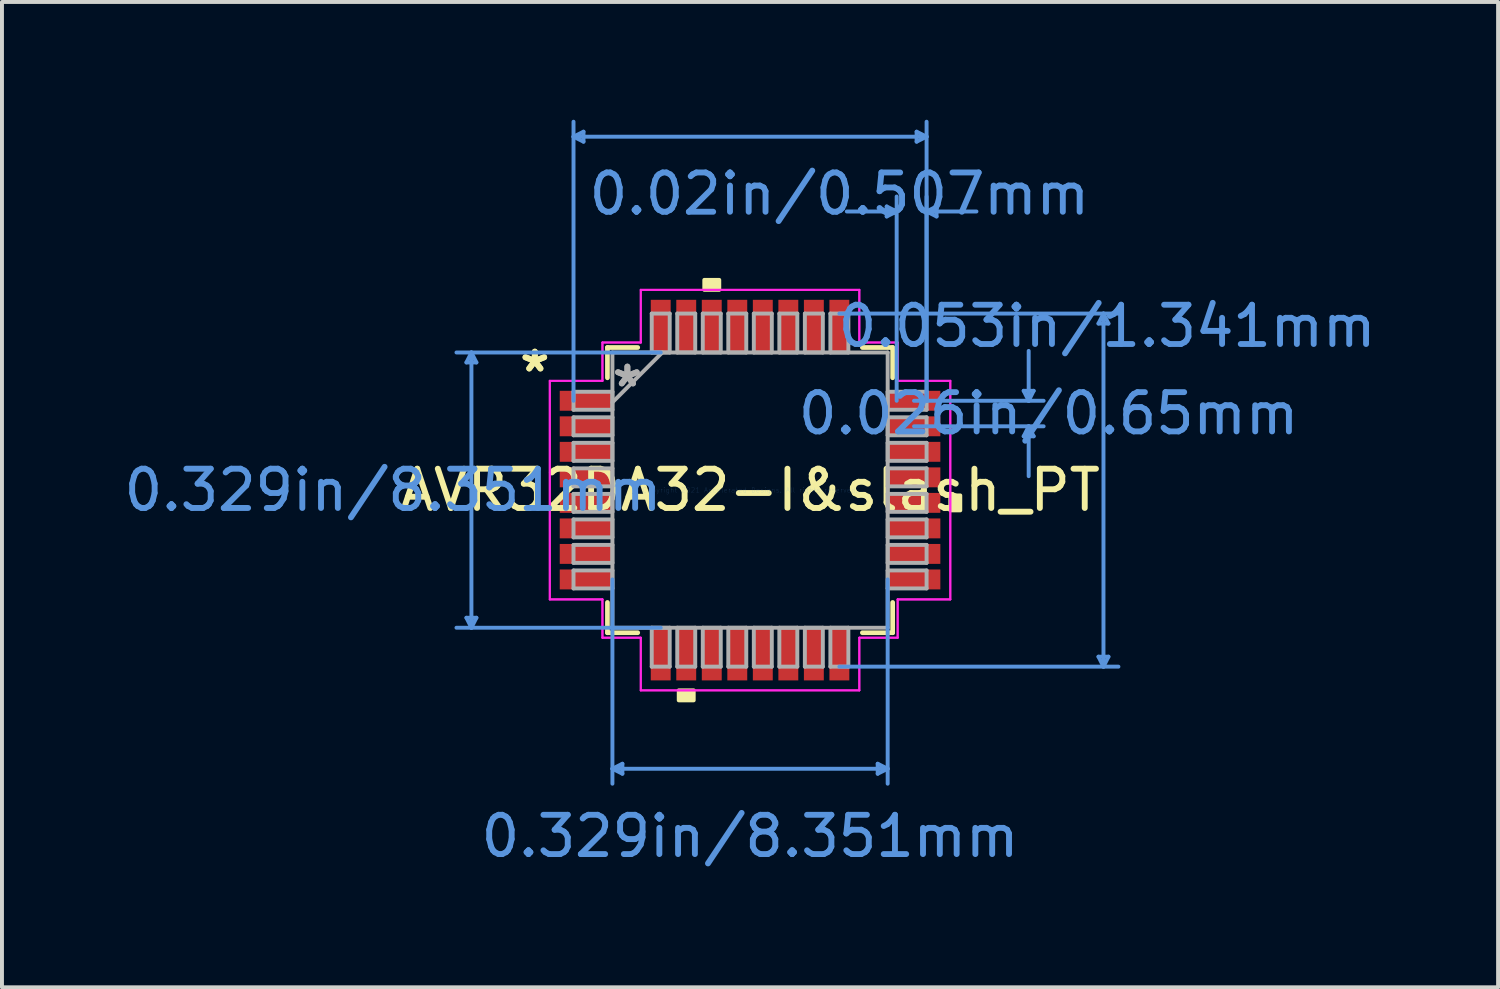
<source format=kicad_pcb>
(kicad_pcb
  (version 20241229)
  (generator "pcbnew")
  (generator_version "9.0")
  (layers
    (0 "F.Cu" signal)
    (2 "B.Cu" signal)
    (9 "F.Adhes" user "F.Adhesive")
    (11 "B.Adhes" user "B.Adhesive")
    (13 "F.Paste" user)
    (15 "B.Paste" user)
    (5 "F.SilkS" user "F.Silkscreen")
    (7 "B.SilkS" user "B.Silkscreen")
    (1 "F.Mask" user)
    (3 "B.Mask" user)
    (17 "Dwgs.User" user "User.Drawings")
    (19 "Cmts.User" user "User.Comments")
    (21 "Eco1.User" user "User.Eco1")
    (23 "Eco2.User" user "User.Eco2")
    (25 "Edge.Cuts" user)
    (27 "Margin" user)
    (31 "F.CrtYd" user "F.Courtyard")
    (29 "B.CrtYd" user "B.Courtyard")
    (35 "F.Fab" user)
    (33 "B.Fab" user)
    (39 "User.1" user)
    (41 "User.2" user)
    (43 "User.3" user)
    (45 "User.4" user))
  (footprint "AVR32DA32-I&slash_PT"
    (layer "F.Cu")
    (at 16.052 9.432)
    (property "Reference" "AVR32DA32-I&slash_PT" (at 0 0 0) (layer "F.SilkS") (effects (font (size 1 1) (thickness 0.15))))
    (attr through_hole)
    (fp_line (start -3.632 -3.632) (end -3.632 -2.861) (stroke (width 0.12) (type solid)) (layer "F.SilkS"))
    (fp_line (start -3.632 2.861) (end -3.632 3.632) (stroke (width 0.12) (type solid)) (layer "F.SilkS"))
    (fp_line (start -3.632 3.632) (end -2.861 3.632) (stroke (width 0.12) (type solid)) (layer "F.SilkS"))
    (fp_line (start -2.861 -3.632) (end -3.632 -3.632) (stroke (width 0.12) (type solid)) (layer "F.SilkS"))
    (fp_line (start 2.861 3.632) (end 3.632 3.632) (stroke (width 0.12) (type solid)) (layer "F.SilkS"))
    (fp_line (start 3.632 -3.632) (end 2.861 -3.632) (stroke (width 0.12) (type solid)) (layer "F.SilkS"))
    (fp_line (start 3.632 -2.861) (end 3.632 -3.632) (stroke (width 0.12) (type solid)) (layer "F.SilkS"))
    (fp_line (start 3.632 3.632) (end 3.632 2.861) (stroke (width 0.12) (type solid)) (layer "F.SilkS"))
    (fp_poly (pts (xy -1.816 5.1) (xy -1.816 5.354) (xy -1.435 5.354) (xy -1.435 5.1)) (stroke (width 0.1) (type solid)) (fill yes) (layer "F.SilkS"))
    (fp_poly (pts (xy -1.165 -5.1) (xy -1.165 -5.354) (xy -0.784 -5.354) (xy -0.784 -5.1)) (stroke (width 0.1) (type solid)) (fill yes) (layer "F.SilkS"))
    (fp_poly (pts (xy 5.354 0.135) (xy 5.354 0.516) (xy 5.1 0.516) (xy 5.1 0.135)) (stroke (width 0.1) (type solid)) (fill yes) (layer "F.SilkS"))
    (fp_line (start -7.223 -3.251) (end -6.969 -3.251) (stroke (width 0.1) (type solid)) (layer "Cmts.User"))
    (fp_line (start -7.223 3.251) (end -6.969 3.251) (stroke (width 0.1) (type solid)) (layer "Cmts.User"))
    (fp_line (start -7.096 -3.505) (end -7.223 -3.251) (stroke (width 0.1) (type solid)) (layer "Cmts.User"))
    (fp_line (start -7.096 -3.505) (end -7.096 3.505) (stroke (width 0.1) (type solid)) (layer "Cmts.User"))
    (fp_line (start -7.096 -3.505) (end -6.969 -3.251) (stroke (width 0.1) (type solid)) (layer "Cmts.User"))
    (fp_line (start -7.096 3.505) (end -7.223 3.251) (stroke (width 0.1) (type solid)) (layer "Cmts.User"))
    (fp_line (start -7.096 3.505) (end -6.969 3.251) (stroke (width 0.1) (type solid)) (layer "Cmts.User"))
    (fp_line (start -4.496 -9.001) (end -4.242 -9.128) (stroke (width 0.1) (type solid)) (layer "Cmts.User"))
    (fp_line (start -4.496 -9.001) (end -4.242 -8.874) (stroke (width 0.1) (type solid)) (layer "Cmts.User"))
    (fp_line (start -4.496 -9.001) (end 4.496 -9.001) (stroke (width 0.1) (type solid)) (layer "Cmts.User"))
    (fp_line (start -4.496 -2.275) (end -4.496 -9.382) (stroke (width 0.1) (type solid)) (layer "Cmts.User"))
    (fp_line (start -4.242 -9.128) (end -4.242 -8.874) (stroke (width 0.1) (type solid)) (layer "Cmts.User"))
    (fp_line (start -3.505 2.275) (end -3.505 7.477) (stroke (width 0.1) (type solid)) (layer "Cmts.User"))
    (fp_line (start -3.505 7.096) (end -3.251 6.969) (stroke (width 0.1) (type solid)) (layer "Cmts.User"))
    (fp_line (start -3.505 7.096) (end -3.251 7.223) (stroke (width 0.1) (type solid)) (layer "Cmts.User"))
    (fp_line (start -3.505 7.096) (end 3.505 7.096) (stroke (width 0.1) (type solid)) (layer "Cmts.User"))
    (fp_line (start -3.251 6.969) (end -3.251 7.223) (stroke (width 0.1) (type solid)) (layer "Cmts.User"))
    (fp_line (start -2.275 -3.505) (end -7.477 -3.505) (stroke (width 0.1) (type solid)) (layer "Cmts.User"))
    (fp_line (start -2.275 3.505) (end -7.477 3.505) (stroke (width 0.1) (type solid)) (layer "Cmts.User"))
    (fp_line (start 2.275 -4.496) (end 9.382 -4.496) (stroke (width 0.1) (type solid)) (layer "Cmts.User"))
    (fp_line (start 2.275 4.496) (end 9.382 4.496) (stroke (width 0.1) (type solid)) (layer "Cmts.User"))
    (fp_line (start 3.251 6.969) (end 3.251 7.223) (stroke (width 0.1) (type solid)) (layer "Cmts.User"))
    (fp_line (start 3.48 -7.223) (end 3.48 -6.969) (stroke (width 0.1) (type solid)) (layer "Cmts.User"))
    (fp_line (start 3.505 2.275) (end 3.505 7.477) (stroke (width 0.1) (type solid)) (layer "Cmts.User"))
    (fp_line (start 3.505 7.096) (end 3.251 6.969) (stroke (width 0.1) (type solid)) (layer "Cmts.User"))
    (fp_line (start 3.505 7.096) (end 3.251 7.223) (stroke (width 0.1) (type solid)) (layer "Cmts.User"))
    (fp_line (start 3.734 -7.096) (end 2.464 -7.096) (stroke (width 0.1) (type solid)) (layer "Cmts.User"))
    (fp_line (start 3.734 -7.096) (end 3.48 -7.223) (stroke (width 0.1) (type solid)) (layer "Cmts.User"))
    (fp_line (start 3.734 -7.096) (end 3.48 -6.969) (stroke (width 0.1) (type solid)) (layer "Cmts.User"))
    (fp_line (start 3.734 -2.275) (end 3.734 -7.477) (stroke (width 0.1) (type solid)) (layer "Cmts.User"))
    (fp_line (start 4.176 -2.275) (end 7.477 -2.275) (stroke (width 0.1) (type solid)) (layer "Cmts.User"))
    (fp_line (start 4.176 -1.625) (end 7.477 -1.625) (stroke (width 0.1) (type solid)) (layer "Cmts.User"))
    (fp_line (start 4.242 -9.128) (end 4.242 -8.874) (stroke (width 0.1) (type solid)) (layer "Cmts.User"))
    (fp_line (start 4.496 -9.001) (end 4.242 -9.128) (stroke (width 0.1) (type solid)) (layer "Cmts.User"))
    (fp_line (start 4.496 -9.001) (end 4.242 -8.874) (stroke (width 0.1) (type solid)) (layer "Cmts.User"))
    (fp_line (start 4.496 -7.096) (end 4.75 -7.223) (stroke (width 0.1) (type solid)) (layer "Cmts.User"))
    (fp_line (start 4.496 -7.096) (end 4.75 -6.969) (stroke (width 0.1) (type solid)) (layer "Cmts.User"))
    (fp_line (start 4.496 -7.096) (end 5.766 -7.096) (stroke (width 0.1) (type solid)) (layer "Cmts.User"))
    (fp_line (start 4.496 -2.275) (end 4.496 -9.382) (stroke (width 0.1) (type solid)) (layer "Cmts.User"))
    (fp_line (start 4.496 -2.275) (end 4.496 -7.477) (stroke (width 0.1) (type solid)) (layer "Cmts.User"))
    (fp_line (start 4.75 -7.223) (end 4.75 -6.969) (stroke (width 0.1) (type solid)) (layer "Cmts.User"))
    (fp_line (start 6.969 -2.529) (end 7.223 -2.529) (stroke (width 0.1) (type solid)) (layer "Cmts.User"))
    (fp_line (start 6.969 -1.371) (end 7.223 -1.371) (stroke (width 0.1) (type solid)) (layer "Cmts.User"))
    (fp_line (start 7.096 -2.275) (end 6.969 -2.529) (stroke (width 0.1) (type solid)) (layer "Cmts.User"))
    (fp_line (start 7.096 -2.275) (end 7.096 -3.545) (stroke (width 0.1) (type solid)) (layer "Cmts.User"))
    (fp_line (start 7.096 -2.275) (end 7.223 -2.529) (stroke (width 0.1) (type solid)) (layer "Cmts.User"))
    (fp_line (start 7.096 -1.625) (end 6.969 -1.371) (stroke (width 0.1) (type solid)) (layer "Cmts.User"))
    (fp_line (start 7.096 -1.625) (end 7.096 -0.355) (stroke (width 0.1) (type solid)) (layer "Cmts.User"))
    (fp_line (start 7.096 -1.625) (end 7.223 -1.371) (stroke (width 0.1) (type solid)) (layer "Cmts.User"))
    (fp_line (start 8.874 -4.242) (end 9.128 -4.242) (stroke (width 0.1) (type solid)) (layer "Cmts.User"))
    (fp_line (start 8.874 4.242) (end 9.128 4.242) (stroke (width 0.1) (type solid)) (layer "Cmts.User"))
    (fp_line (start 9.001 -4.496) (end 8.874 -4.242) (stroke (width 0.1) (type solid)) (layer "Cmts.User"))
    (fp_line (start 9.001 -4.496) (end 9.001 4.496) (stroke (width 0.1) (type solid)) (layer "Cmts.User"))
    (fp_line (start 9.001 -4.496) (end 9.128 -4.242) (stroke (width 0.1) (type solid)) (layer "Cmts.User"))
    (fp_line (start 9.001 4.496) (end 8.874 4.242) (stroke (width 0.1) (type solid)) (layer "Cmts.User"))
    (fp_line (start 9.001 4.496) (end 9.128 4.242) (stroke (width 0.1) (type solid)) (layer "Cmts.User"))
    (fp_line (start -5.1 -2.783) (end -3.759 -2.783) (stroke (width 0.05) (type solid)) (layer "F.CrtYd"))
    (fp_line (start -5.1 -2.783) (end -3.759 -2.783) (stroke (width 0.05) (type solid)) (layer "F.CrtYd"))
    (fp_line (start -5.1 2.783) (end -5.1 -2.783) (stroke (width 0.05) (type solid)) (layer "F.CrtYd"))
    (fp_line (start -5.1 2.783) (end -5.1 -2.783) (stroke (width 0.05) (type solid)) (layer "F.CrtYd"))
    (fp_line (start -3.759 -3.759) (end -2.783 -3.759) (stroke (width 0.05) (type solid)) (layer "F.CrtYd"))
    (fp_line (start -3.759 -3.759) (end -2.783 -3.759) (stroke (width 0.05) (type solid)) (layer "F.CrtYd"))
    (fp_line (start -3.759 -2.783) (end -3.759 -3.759) (stroke (width 0.05) (type solid)) (layer "F.CrtYd"))
    (fp_line (start -3.759 -2.783) (end -3.759 -3.759) (stroke (width 0.05) (type solid)) (layer "F.CrtYd"))
    (fp_line (start -3.759 2.783) (end -5.1 2.783) (stroke (width 0.05) (type solid)) (layer "F.CrtYd"))
    (fp_line (start -3.759 2.783) (end -5.1 2.783) (stroke (width 0.05) (type solid)) (layer "F.CrtYd"))
    (fp_line (start -3.759 3.759) (end -3.759 2.783) (stroke (width 0.05) (type solid)) (layer "F.CrtYd"))
    (fp_line (start -3.759 3.759) (end -3.759 2.783) (stroke (width 0.05) (type solid)) (layer "F.CrtYd"))
    (fp_line (start -3.759 3.759) (end -2.783 3.759) (stroke (width 0.05) (type solid)) (layer "F.CrtYd"))
    (fp_line (start -2.783 -5.1) (end 2.783 -5.1) (stroke (width 0.05) (type solid)) (layer "F.CrtYd"))
    (fp_line (start -2.783 -5.1) (end 2.783 -5.1) (stroke (width 0.05) (type solid)) (layer "F.CrtYd"))
    (fp_line (start -2.783 -3.759) (end -2.783 -5.1) (stroke (width 0.05) (type solid)) (layer "F.CrtYd"))
    (fp_line (start -2.783 -3.759) (end -2.783 -5.1) (stroke (width 0.05) (type solid)) (layer "F.CrtYd"))
    (fp_line (start -2.783 3.759) (end -3.759 3.759) (stroke (width 0.05) (type solid)) (layer "F.CrtYd"))
    (fp_line (start -2.783 3.759) (end -2.783 5.1) (stroke (width 0.05) (type solid)) (layer "F.CrtYd"))
    (fp_line (start -2.783 5.1) (end -2.783 3.759) (stroke (width 0.05) (type solid)) (layer "F.CrtYd"))
    (fp_line (start -2.783 5.1) (end 2.783 5.1) (stroke (width 0.05) (type solid)) (layer "F.CrtYd"))
    (fp_line (start 2.783 -5.1) (end 2.783 -3.759) (stroke (width 0.05) (type solid)) (layer "F.CrtYd"))
    (fp_line (start 2.783 -5.1) (end 2.783 -3.759) (stroke (width 0.05) (type solid)) (layer "F.CrtYd"))
    (fp_line (start 2.783 -3.759) (end 3.759 -3.759) (stroke (width 0.05) (type solid)) (layer "F.CrtYd"))
    (fp_line (start 2.783 -3.759) (end 3.759 -3.759) (stroke (width 0.05) (type solid)) (layer "F.CrtYd"))
    (fp_line (start 2.783 3.759) (end 2.783 5.1) (stroke (width 0.05) (type solid)) (layer "F.CrtYd"))
    (fp_line (start 2.783 3.759) (end 3.759 3.759) (stroke (width 0.05) (type solid)) (layer "F.CrtYd"))
    (fp_line (start 2.783 5.1) (end -2.783 5.1) (stroke (width 0.05) (type solid)) (layer "F.CrtYd"))
    (fp_line (start 2.783 5.1) (end 2.783 3.759) (stroke (width 0.05) (type solid)) (layer "F.CrtYd"))
    (fp_line (start 3.759 -3.759) (end 3.759 -2.783) (stroke (width 0.05) (type solid)) (layer "F.CrtYd"))
    (fp_line (start 3.759 -2.783) (end 3.759 -3.759) (stroke (width 0.05) (type solid)) (layer "F.CrtYd"))
    (fp_line (start 3.759 -2.783) (end 5.1 -2.783) (stroke (width 0.05) (type solid)) (layer "F.CrtYd"))
    (fp_line (start 3.759 2.783) (end 3.759 3.759) (stroke (width 0.05) (type solid)) (layer "F.CrtYd"))
    (fp_line (start 3.759 2.783) (end 5.1 2.783) (stroke (width 0.05) (type solid)) (layer "F.CrtYd"))
    (fp_line (start 3.759 3.759) (end 2.783 3.759) (stroke (width 0.05) (type solid)) (layer "F.CrtYd"))
    (fp_line (start 3.759 3.759) (end 3.759 2.783) (stroke (width 0.05) (type solid)) (layer "F.CrtYd"))
    (fp_line (start 5.1 -2.783) (end 3.759 -2.783) (stroke (width 0.05) (type solid)) (layer "F.CrtYd"))
    (fp_line (start 5.1 -2.783) (end 5.1 2.783) (stroke (width 0.05) (type solid)) (layer "F.CrtYd"))
    (fp_line (start 5.1 2.783) (end 3.759 2.783) (stroke (width 0.05) (type solid)) (layer "F.CrtYd"))
    (fp_line (start 5.1 2.783) (end 5.1 -2.783) (stroke (width 0.05) (type solid)) (layer "F.CrtYd"))
    (fp_line (start -4.496 -2.504) (end -4.496 -2.046) (stroke (width 0.1) (type solid)) (layer "F.Fab"))
    (fp_line (start -4.496 -2.046) (end -3.505 -2.046) (stroke (width 0.1) (type solid)) (layer "F.Fab"))
    (fp_line (start -4.496 -1.854) (end -4.496 -1.396) (stroke (width 0.1) (type solid)) (layer "F.Fab"))
    (fp_line (start -4.496 -1.396) (end -3.505 -1.396) (stroke (width 0.1) (type solid)) (layer "F.Fab"))
    (fp_line (start -4.496 -1.204) (end -4.496 -0.746) (stroke (width 0.1) (type solid)) (layer "F.Fab"))
    (fp_line (start -4.496 -0.746) (end -3.505 -0.746) (stroke (width 0.1) (type solid)) (layer "F.Fab"))
    (fp_line (start -4.496 -0.554) (end -4.496 -0.096) (stroke (width 0.1) (type solid)) (layer "F.Fab"))
    (fp_line (start -4.496 -0.096) (end -3.505 -0.096) (stroke (width 0.1) (type solid)) (layer "F.Fab"))
    (fp_line (start -4.496 0.096) (end -4.496 0.554) (stroke (width 0.1) (type solid)) (layer "F.Fab"))
    (fp_line (start -4.496 0.554) (end -3.505 0.554) (stroke (width 0.1) (type solid)) (layer "F.Fab"))
    (fp_line (start -4.496 0.746) (end -4.496 1.204) (stroke (width 0.1) (type solid)) (layer "F.Fab"))
    (fp_line (start -4.496 1.204) (end -3.505 1.204) (stroke (width 0.1) (type solid)) (layer "F.Fab"))
    (fp_line (start -4.496 1.396) (end -4.496 1.854) (stroke (width 0.1) (type solid)) (layer "F.Fab"))
    (fp_line (start -4.496 1.854) (end -3.505 1.854) (stroke (width 0.1) (type solid)) (layer "F.Fab"))
    (fp_line (start -4.496 2.046) (end -4.496 2.504) (stroke (width 0.1) (type solid)) (layer "F.Fab"))
    (fp_line (start -4.496 2.504) (end -3.505 2.504) (stroke (width 0.1) (type solid)) (layer "F.Fab"))
    (fp_line (start -3.505 -3.505) (end -3.505 3.505) (stroke (width 0.1) (type solid)) (layer "F.Fab"))
    (fp_line (start -3.505 -2.504) (end -4.496 -2.504) (stroke (width 0.1) (type solid)) (layer "F.Fab"))
    (fp_line (start -3.505 -2.235) (end -2.235 -3.505) (stroke (width 0.1) (type solid)) (layer "F.Fab"))
    (fp_line (start -3.505 -2.046) (end -3.505 -2.504) (stroke (width 0.1) (type solid)) (layer "F.Fab"))
    (fp_line (start -3.505 -1.854) (end -4.496 -1.854) (stroke (width 0.1) (type solid)) (layer "F.Fab"))
    (fp_line (start -3.505 -1.396) (end -3.505 -1.854) (stroke (width 0.1) (type solid)) (layer "F.Fab"))
    (fp_line (start -3.505 -1.204) (end -4.496 -1.204) (stroke (width 0.1) (type solid)) (layer "F.Fab"))
    (fp_line (start -3.505 -0.746) (end -3.505 -1.204) (stroke (width 0.1) (type solid)) (layer "F.Fab"))
    (fp_line (start -3.505 -0.554) (end -4.496 -0.554) (stroke (width 0.1) (type solid)) (layer "F.Fab"))
    (fp_line (start -3.505 -0.096) (end -3.505 -0.554) (stroke (width 0.1) (type solid)) (layer "F.Fab"))
    (fp_line (start -3.505 0.096) (end -4.496 0.096) (stroke (width 0.1) (type solid)) (layer "F.Fab"))
    (fp_line (start -3.505 0.554) (end -3.505 0.096) (stroke (width 0.1) (type solid)) (layer "F.Fab"))
    (fp_line (start -3.505 0.746) (end -4.496 0.746) (stroke (width 0.1) (type solid)) (layer "F.Fab"))
    (fp_line (start -3.505 1.204) (end -3.505 0.746) (stroke (width 0.1) (type solid)) (layer "F.Fab"))
    (fp_line (start -3.505 1.396) (end -4.496 1.396) (stroke (width 0.1) (type solid)) (layer "F.Fab"))
    (fp_line (start -3.505 1.854) (end -3.505 1.396) (stroke (width 0.1) (type solid)) (layer "F.Fab"))
    (fp_line (start -3.505 2.046) (end -4.496 2.046) (stroke (width 0.1) (type solid)) (layer "F.Fab"))
    (fp_line (start -3.505 2.504) (end -3.505 2.046) (stroke (width 0.1) (type solid)) (layer "F.Fab"))
    (fp_line (start -3.505 3.505) (end 3.505 3.505) (stroke (width 0.1) (type solid)) (layer "F.Fab"))
    (fp_line (start -2.504 -4.496) (end -2.504 -3.505) (stroke (width 0.1) (type solid)) (layer "F.Fab"))
    (fp_line (start -2.504 -3.505) (end -2.046 -3.505) (stroke (width 0.1) (type solid)) (layer "F.Fab"))
    (fp_line (start -2.504 3.505) (end -2.504 4.496) (stroke (width 0.1) (type solid)) (layer "F.Fab"))
    (fp_line (start -2.504 4.496) (end -2.046 4.496) (stroke (width 0.1) (type solid)) (layer "F.Fab"))
    (fp_line (start -2.046 -4.496) (end -2.504 -4.496) (stroke (width 0.1) (type solid)) (layer "F.Fab"))
    (fp_line (start -2.046 -3.505) (end -2.046 -4.496) (stroke (width 0.1) (type solid)) (layer "F.Fab"))
    (fp_line (start -2.046 3.505) (end -2.504 3.505) (stroke (width 0.1) (type solid)) (layer "F.Fab"))
    (fp_line (start -2.046 4.496) (end -2.046 3.505) (stroke (width 0.1) (type solid)) (layer "F.Fab"))
    (fp_line (start -1.854 -4.496) (end -1.854 -3.505) (stroke (width 0.1) (type solid)) (layer "F.Fab"))
    (fp_line (start -1.854 -3.505) (end -1.396 -3.505) (stroke (width 0.1) (type solid)) (layer "F.Fab"))
    (fp_line (start -1.854 3.505) (end -1.854 4.496) (stroke (width 0.1) (type solid)) (layer "F.Fab"))
    (fp_line (start -1.854 4.496) (end -1.396 4.496) (stroke (width 0.1) (type solid)) (layer "F.Fab"))
    (fp_line (start -1.396 -4.496) (end -1.854 -4.496) (stroke (width 0.1) (type solid)) (layer "F.Fab"))
    (fp_line (start -1.396 -3.505) (end -1.396 -4.496) (stroke (width 0.1) (type solid)) (layer "F.Fab"))
    (fp_line (start -1.396 3.505) (end -1.854 3.505) (stroke (width 0.1) (type solid)) (layer "F.Fab"))
    (fp_line (start -1.396 4.496) (end -1.396 3.505) (stroke (width 0.1) (type solid)) (layer "F.Fab"))
    (fp_line (start -1.204 -4.496) (end -1.204 -3.505) (stroke (width 0.1) (type solid)) (layer "F.Fab"))
    (fp_line (start -1.204 -3.505) (end -0.746 -3.505) (stroke (width 0.1) (type solid)) (layer "F.Fab"))
    (fp_line (start -1.204 3.505) (end -1.204 4.496) (stroke (width 0.1) (type solid)) (layer "F.Fab"))
    (fp_line (start -1.204 4.496) (end -0.746 4.496) (stroke (width 0.1) (type solid)) (layer "F.Fab"))
    (fp_line (start -0.746 -4.496) (end -1.204 -4.496) (stroke (width 0.1) (type solid)) (layer "F.Fab"))
    (fp_line (start -0.746 -3.505) (end -0.746 -4.496) (stroke (width 0.1) (type solid)) (layer "F.Fab"))
    (fp_line (start -0.746 3.505) (end -1.204 3.505) (stroke (width 0.1) (type solid)) (layer "F.Fab"))
    (fp_line (start -0.746 4.496) (end -0.746 3.505) (stroke (width 0.1) (type solid)) (layer "F.Fab"))
    (fp_line (start -0.554 -4.496) (end -0.554 -3.505) (stroke (width 0.1) (type solid)) (layer "F.Fab"))
    (fp_line (start -0.554 -3.505) (end -0.096 -3.505) (stroke (width 0.1) (type solid)) (layer "F.Fab"))
    (fp_line (start -0.554 3.505) (end -0.554 4.496) (stroke (width 0.1) (type solid)) (layer "F.Fab"))
    (fp_line (start -0.554 4.496) (end -0.096 4.496) (stroke (width 0.1) (type solid)) (layer "F.Fab"))
    (fp_line (start -0.096 -4.496) (end -0.554 -4.496) (stroke (width 0.1) (type solid)) (layer "F.Fab"))
    (fp_line (start -0.096 -3.505) (end -0.096 -4.496) (stroke (width 0.1) (type solid)) (layer "F.Fab"))
    (fp_line (start -0.096 3.505) (end -0.554 3.505) (stroke (width 0.1) (type solid)) (layer "F.Fab"))
    (fp_line (start -0.096 4.496) (end -0.096 3.505) (stroke (width 0.1) (type solid)) (layer "F.Fab"))
    (fp_line (start 0.096 -4.496) (end 0.096 -3.505) (stroke (width 0.1) (type solid)) (layer "F.Fab"))
    (fp_line (start 0.096 -3.505) (end 0.554 -3.505) (stroke (width 0.1) (type solid)) (layer "F.Fab"))
    (fp_line (start 0.096 3.505) (end 0.096 4.496) (stroke (width 0.1) (type solid)) (layer "F.Fab"))
    (fp_line (start 0.096 4.496) (end 0.554 4.496) (stroke (width 0.1) (type solid)) (layer "F.Fab"))
    (fp_line (start 0.554 -4.496) (end 0.096 -4.496) (stroke (width 0.1) (type solid)) (layer "F.Fab"))
    (fp_line (start 0.554 -3.505) (end 0.554 -4.496) (stroke (width 0.1) (type solid)) (layer "F.Fab"))
    (fp_line (start 0.554 3.505) (end 0.096 3.505) (stroke (width 0.1) (type solid)) (layer "F.Fab"))
    (fp_line (start 0.554 4.496) (end 0.554 3.505) (stroke (width 0.1) (type solid)) (layer "F.Fab"))
    (fp_line (start 0.746 -4.496) (end 0.746 -3.505) (stroke (width 0.1) (type solid)) (layer "F.Fab"))
    (fp_line (start 0.746 -3.505) (end 1.204 -3.505) (stroke (width 0.1) (type solid)) (layer "F.Fab"))
    (fp_line (start 0.746 3.505) (end 0.746 4.496) (stroke (width 0.1) (type solid)) (layer "F.Fab"))
    (fp_line (start 0.746 4.496) (end 1.204 4.496) (stroke (width 0.1) (type solid)) (layer "F.Fab"))
    (fp_line (start 1.204 -4.496) (end 0.746 -4.496) (stroke (width 0.1) (type solid)) (layer "F.Fab"))
    (fp_line (start 1.204 -3.505) (end 1.204 -4.496) (stroke (width 0.1) (type solid)) (layer "F.Fab"))
    (fp_line (start 1.204 3.505) (end 0.746 3.505) (stroke (width 0.1) (type solid)) (layer "F.Fab"))
    (fp_line (start 1.204 4.496) (end 1.204 3.505) (stroke (width 0.1) (type solid)) (layer "F.Fab"))
    (fp_line (start 1.396 -4.496) (end 1.396 -3.505) (stroke (width 0.1) (type solid)) (layer "F.Fab"))
    (fp_line (start 1.396 -3.505) (end 1.854 -3.505) (stroke (width 0.1) (type solid)) (layer "F.Fab"))
    (fp_line (start 1.396 3.505) (end 1.396 4.496) (stroke (width 0.1) (type solid)) (layer "F.Fab"))
    (fp_line (start 1.396 4.496) (end 1.854 4.496) (stroke (width 0.1) (type solid)) (layer "F.Fab"))
    (fp_line (start 1.854 -4.496) (end 1.396 -4.496) (stroke (width 0.1) (type solid)) (layer "F.Fab"))
    (fp_line (start 1.854 -3.505) (end 1.854 -4.496) (stroke (width 0.1) (type solid)) (layer "F.Fab"))
    (fp_line (start 1.854 3.505) (end 1.396 3.505) (stroke (width 0.1) (type solid)) (layer "F.Fab"))
    (fp_line (start 1.854 4.496) (end 1.854 3.505) (stroke (width 0.1) (type solid)) (layer "F.Fab"))
    (fp_line (start 2.046 -4.496) (end 2.046 -3.505) (stroke (width 0.1) (type solid)) (layer "F.Fab"))
    (fp_line (start 2.046 -3.505) (end 2.504 -3.505) (stroke (width 0.1) (type solid)) (layer "F.Fab"))
    (fp_line (start 2.046 3.505) (end 2.046 4.496) (stroke (width 0.1) (type solid)) (layer "F.Fab"))
    (fp_line (start 2.046 4.496) (end 2.504 4.496) (stroke (width 0.1) (type solid)) (layer "F.Fab"))
    (fp_line (start 2.504 -4.496) (end 2.046 -4.496) (stroke (width 0.1) (type solid)) (layer "F.Fab"))
    (fp_line (start 2.504 -3.505) (end 2.504 -4.496) (stroke (width 0.1) (type solid)) (layer "F.Fab"))
    (fp_line (start 2.504 3.505) (end 2.046 3.505) (stroke (width 0.1) (type solid)) (layer "F.Fab"))
    (fp_line (start 2.504 4.496) (end 2.504 3.505) (stroke (width 0.1) (type solid)) (layer "F.Fab"))
    (fp_line (start 3.505 -3.505) (end -3.505 -3.505) (stroke (width 0.1) (type solid)) (layer "F.Fab"))
    (fp_line (start 3.505 -2.504) (end 3.505 -2.046) (stroke (width 0.1) (type solid)) (layer "F.Fab"))
    (fp_line (start 3.505 -2.046) (end 4.496 -2.046) (stroke (width 0.1) (type solid)) (layer "F.Fab"))
    (fp_line (start 3.505 -1.854) (end 3.505 -1.396) (stroke (width 0.1) (type solid)) (layer "F.Fab"))
    (fp_line (start 3.505 -1.396) (end 4.496 -1.396) (stroke (width 0.1) (type solid)) (layer "F.Fab"))
    (fp_line (start 3.505 -1.204) (end 3.505 -0.746) (stroke (width 0.1) (type solid)) (layer "F.Fab"))
    (fp_line (start 3.505 -0.746) (end 4.496 -0.746) (stroke (width 0.1) (type solid)) (layer "F.Fab"))
    (fp_line (start 3.505 -0.554) (end 3.505 -0.096) (stroke (width 0.1) (type solid)) (layer "F.Fab"))
    (fp_line (start 3.505 -0.096) (end 4.496 -0.096) (stroke (width 0.1) (type solid)) (layer "F.Fab"))
    (fp_line (start 3.505 0.096) (end 3.505 0.554) (stroke (width 0.1) (type solid)) (layer "F.Fab"))
    (fp_line (start 3.505 0.554) (end 4.496 0.554) (stroke (width 0.1) (type solid)) (layer "F.Fab"))
    (fp_line (start 3.505 0.746) (end 3.505 1.204) (stroke (width 0.1) (type solid)) (layer "F.Fab"))
    (fp_line (start 3.505 1.204) (end 4.496 1.204) (stroke (width 0.1) (type solid)) (layer "F.Fab"))
    (fp_line (start 3.505 1.396) (end 3.505 1.854) (stroke (width 0.1) (type solid)) (layer "F.Fab"))
    (fp_line (start 3.505 1.854) (end 4.496 1.854) (stroke (width 0.1) (type solid)) (layer "F.Fab"))
    (fp_line (start 3.505 2.046) (end 3.505 2.504) (stroke (width 0.1) (type solid)) (layer "F.Fab"))
    (fp_line (start 3.505 2.504) (end 4.496 2.504) (stroke (width 0.1) (type solid)) (layer "F.Fab"))
    (fp_line (start 3.505 3.505) (end 3.505 -3.505) (stroke (width 0.1) (type solid)) (layer "F.Fab"))
    (fp_line (start 4.496 -2.504) (end 3.505 -2.504) (stroke (width 0.1) (type solid)) (layer "F.Fab"))
    (fp_line (start 4.496 -2.046) (end 4.496 -2.504) (stroke (width 0.1) (type solid)) (layer "F.Fab"))
    (fp_line (start 4.496 -1.854) (end 3.505 -1.854) (stroke (width 0.1) (type solid)) (layer "F.Fab"))
    (fp_line (start 4.496 -1.396) (end 4.496 -1.854) (stroke (width 0.1) (type solid)) (layer "F.Fab"))
    (fp_line (start 4.496 -1.204) (end 3.505 -1.204) (stroke (width 0.1) (type solid)) (layer "F.Fab"))
    (fp_line (start 4.496 -0.746) (end 4.496 -1.204) (stroke (width 0.1) (type solid)) (layer "F.Fab"))
    (fp_line (start 4.496 -0.554) (end 3.505 -0.554) (stroke (width 0.1) (type solid)) (layer "F.Fab"))
    (fp_line (start 4.496 -0.096) (end 4.496 -0.554) (stroke (width 0.1) (type solid)) (layer "F.Fab"))
    (fp_line (start 4.496 0.096) (end 3.505 0.096) (stroke (width 0.1) (type solid)) (layer "F.Fab"))
    (fp_line (start 4.496 0.554) (end 4.496 0.096) (stroke (width 0.1) (type solid)) (layer "F.Fab"))
    (fp_line (start 4.496 0.746) (end 3.505 0.746) (stroke (width 0.1) (type solid)) (layer "F.Fab"))
    (fp_line (start 4.496 1.204) (end 4.496 0.746) (stroke (width 0.1) (type solid)) (layer "F.Fab"))
    (fp_line (start 4.496 1.396) (end 3.505 1.396) (stroke (width 0.1) (type solid)) (layer "F.Fab"))
    (fp_line (start 4.496 1.854) (end 4.496 1.396) (stroke (width 0.1) (type solid)) (layer "F.Fab"))
    (fp_line (start 4.496 2.046) (end 3.505 2.046) (stroke (width 0.1) (type solid)) (layer "F.Fab"))
    (fp_line (start 4.496 2.504) (end 4.496 2.046) (stroke (width 0.1) (type solid)) (layer "F.Fab"))
    (fp_text user "*" (at -5.481 -2.981 0) (layer "F.SilkS") (effects (font (size 1 1) (thickness 0.15))))
    (fp_text user "*" (at -5.481 -2.981 0) (layer "F.SilkS") (effects (font (size 1 1) (thickness 0.15))))
    (fp_text user "0.329in/8.351mm" (at 0 8.814 0) (layer "Cmts.User") (effects (font (size 1 1) (thickness 0.15))))
    (fp_text user "0.329in/8.351mm" (at -9.093 0 0) (layer "Cmts.User") (effects (font (size 1 1) (thickness 0.15))))
    (fp_text user "0.026in/0.65mm" (at 7.604 -1.95 0) (layer "Cmts.User") (effects (font (size 1 1) (thickness 0.15))))
    (fp_text user "0.053in/1.341mm" (at 9.093 -4.176 0) (layer "Cmts.User") (effects (font (size 1 1) (thickness 0.15))))
    (fp_text user "Copyright 2021 Accelerated Designs. All rights reserved." (at 0 0 0) (layer "Cmts.User") (effects (font (size 0.127 0.127) (thickness 0.002))))
    (fp_text user "0.02in/0.507mm" (at 2.275 -7.544 0) (layer "Cmts.User") (effects (font (size 1 1) (thickness 0.15))))
    (fp_text user "*" (at -3.124 -2.6 0) (layer "F.Fab") (effects (font (size 1 1) (thickness 0.15))))
    (fp_text user "*" (at -3.124 -2.6 0) (layer "F.Fab") (effects (font (size 1 1) (thickness 0.15))))
    (pad "1" smd rect (at -4.176 -2.275 90) (size 0.507 1.341) (layers "F.Cu" "F.Mask" "F.Paste"))
    (pad "2" smd rect (at -4.176 -1.625 90) (size 0.507 1.341) (layers "F.Cu" "F.Mask" "F.Paste"))
    (pad "3" smd rect (at -4.176 -0.975 90) (size 0.507 1.341) (layers "F.Cu" "F.Mask" "F.Paste"))
    (pad "4" smd rect (at -4.176 -0.325 90) (size 0.507 1.341) (layers "F.Cu" "F.Mask" "F.Paste"))
    (pad "5" smd rect (at -4.176 0.325 90) (size 0.507 1.341) (layers "F.Cu" "F.Mask" "F.Paste"))
    (pad "6" smd rect (at -4.176 0.975 90) (size 0.507 1.341) (layers "F.Cu" "F.Mask" "F.Paste"))
    (pad "7" smd rect (at -4.176 1.625 90) (size 0.507 1.341) (layers "F.Cu" "F.Mask" "F.Paste"))
    (pad "8" smd rect (at -4.176 2.275 90) (size 0.507 1.341) (layers "F.Cu" "F.Mask" "F.Paste"))
    (pad "9" smd rect (at -2.275 4.176) (size 0.507 1.341) (layers "F.Cu" "F.Mask" "F.Paste"))
    (pad "10" smd rect (at -1.625 4.176) (size 0.507 1.341) (layers "F.Cu" "F.Mask" "F.Paste"))
    (pad "11" smd rect (at -0.975 4.176) (size 0.507 1.341) (layers "F.Cu" "F.Mask" "F.Paste"))
    (pad "12" smd rect (at -0.325 4.176) (size 0.507 1.341) (layers "F.Cu" "F.Mask" "F.Paste"))
    (pad "13" smd rect (at 0.325 4.176) (size 0.507 1.341) (layers "F.Cu" "F.Mask" "F.Paste"))
    (pad "14" smd rect (at 0.975 4.176) (size 0.507 1.341) (layers "F.Cu" "F.Mask" "F.Paste"))
    (pad "15" smd rect (at 1.625 4.176) (size 0.507 1.341) (layers "F.Cu" "F.Mask" "F.Paste"))
    (pad "16" smd rect (at 2.275 4.176) (size 0.507 1.341) (layers "F.Cu" "F.Mask" "F.Paste"))
    (pad "17" smd rect (at 4.176 2.275 90) (size 0.507 1.341) (layers "F.Cu" "F.Mask" "F.Paste"))
    (pad "18" smd rect (at 4.176 1.625 90) (size 0.507 1.341) (layers "F.Cu" "F.Mask" "F.Paste"))
    (pad "19" smd rect (at 4.176 0.975 90) (size 0.507 1.341) (layers "F.Cu" "F.Mask" "F.Paste"))
    (pad "20" smd rect (at 4.176 0.325 90) (size 0.507 1.341) (layers "F.Cu" "F.Mask" "F.Paste"))
    (pad "21" smd rect (at 4.176 -0.325 90) (size 0.507 1.341) (layers "F.Cu" "F.Mask" "F.Paste"))
    (pad "22" smd rect (at 4.176 -0.975 90) (size 0.507 1.341) (layers "F.Cu" "F.Mask" "F.Paste"))
    (pad "23" smd rect (at 4.176 -1.625 90) (size 0.507 1.341) (layers "F.Cu" "F.Mask" "F.Paste"))
    (pad "24" smd rect (at 4.176 -2.275 90) (size 0.507 1.341) (layers "F.Cu" "F.Mask" "F.Paste"))
    (pad "25" smd rect (at 2.275 -4.176) (size 0.507 1.341) (layers "F.Cu" "F.Mask" "F.Paste"))
    (pad "26" smd rect (at 1.625 -4.176) (size 0.507 1.341) (layers "F.Cu" "F.Mask" "F.Paste"))
    (pad "27" smd rect (at 0.975 -4.176) (size 0.507 1.341) (layers "F.Cu" "F.Mask" "F.Paste"))
    (pad "28" smd rect (at 0.325 -4.176) (size 0.507 1.341) (layers "F.Cu" "F.Mask" "F.Paste"))
    (pad "29" smd rect (at -0.325 -4.176) (size 0.507 1.341) (layers "F.Cu" "F.Mask" "F.Paste"))
    (pad "30" smd rect (at -0.975 -4.176) (size 0.507 1.341) (layers "F.Cu" "F.Mask" "F.Paste"))
    (pad "31" smd rect (at -1.625 -4.176) (size 0.507 1.341) (layers "F.Cu" "F.Mask" "F.Paste"))
    (pad "32" smd rect (at -2.275 -4.176) (size 0.507 1.341) (layers "F.Cu" "F.Mask" "F.Paste")))
  (gr_rect
    (start -3 -3)
    (end 35.103 22.095)
    (stroke (width 0.1) (type default))
    (fill no)
    (layer "Edge.Cuts")))
</source>
